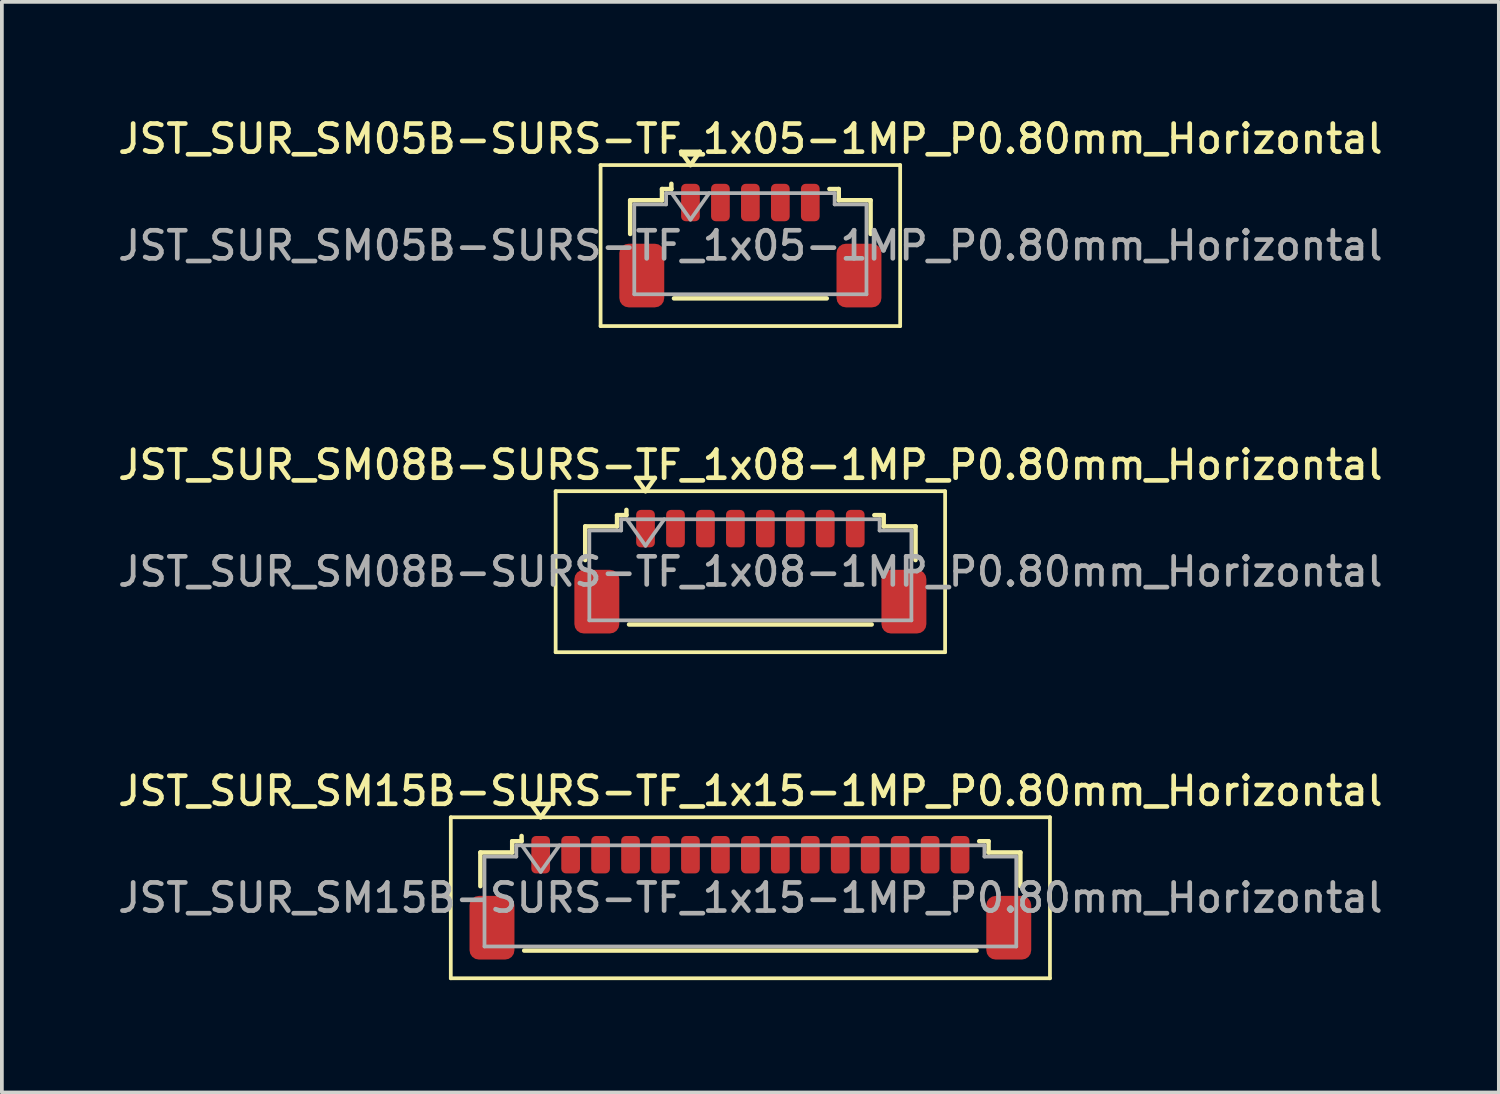
<source format=kicad_pcb>
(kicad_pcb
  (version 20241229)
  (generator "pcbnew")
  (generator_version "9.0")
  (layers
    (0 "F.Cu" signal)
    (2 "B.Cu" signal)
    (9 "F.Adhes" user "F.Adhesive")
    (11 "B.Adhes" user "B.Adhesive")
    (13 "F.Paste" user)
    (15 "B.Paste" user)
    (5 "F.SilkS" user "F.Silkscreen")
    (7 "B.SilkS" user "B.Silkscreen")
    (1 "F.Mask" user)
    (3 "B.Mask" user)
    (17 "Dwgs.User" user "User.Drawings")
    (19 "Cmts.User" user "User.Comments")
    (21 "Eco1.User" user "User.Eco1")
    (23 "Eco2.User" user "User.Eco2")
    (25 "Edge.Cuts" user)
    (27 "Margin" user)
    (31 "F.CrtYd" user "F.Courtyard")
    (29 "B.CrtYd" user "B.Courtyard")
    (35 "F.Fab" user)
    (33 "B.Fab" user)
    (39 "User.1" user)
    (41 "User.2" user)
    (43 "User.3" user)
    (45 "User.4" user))
  (footprint "JST_SUR_SM15B-SURS-TF_1x15-1MP_P0.80mm_Horizontal"
    (layer "F.Cu")
    (at 16.988 20.924)
    (property "Reference" "JST_SUR_SM15B-SURS-TF_1x15-1MP_P0.80mm_Horizontal" (at 0 -2.85 0) (layer "F.SilkS") (effects (font (size 0.75 0.75) (thickness 0.125))))
    (attr smd)
    (fp_line (start -8 -2.15) (end -8 2.15) (stroke (width 0.1) (type solid)) (layer "F.SilkS"))
    (fp_line (start -8 2.15) (end 8 2.15) (stroke (width 0.1) (type solid)) (layer "F.SilkS"))
    (fp_line (start -7.21 -1.21) (end -6.36 -1.21) (stroke (width 0.12) (type solid)) (layer "F.SilkS"))
    (fp_line (start -7.21 -0.31) (end -7.21 -1.21) (stroke (width 0.12) (type solid)) (layer "F.SilkS"))
    (fp_line (start -6.36 -1.51) (end -6.11 -1.51) (stroke (width 0.12) (type solid)) (layer "F.SilkS"))
    (fp_line (start -6.36 -1.21) (end -6.36 -1.51) (stroke (width 0.12) (type solid)) (layer "F.SilkS"))
    (fp_line (start -6.11 -1.51) (end -6.11 -1.65) (stroke (width 0.12) (type solid)) (layer "F.SilkS"))
    (fp_line (start -6.04 1.41) (end 6.04 1.41) (stroke (width 0.12) (type solid)) (layer "F.SilkS"))
    (fp_line (start -5.85 -2.504) (end -5.6 -2.15) (stroke (width 0.12) (type solid)) (layer "F.SilkS"))
    (fp_line (start -5.6 -2.15) (end -5.35 -2.504) (stroke (width 0.12) (type solid)) (layer "F.SilkS"))
    (fp_line (start -5.35 -2.504) (end -5.85 -2.504) (stroke (width 0.12) (type solid)) (layer "F.SilkS"))
    (fp_line (start 6.36 -1.51) (end 6.11 -1.51) (stroke (width 0.12) (type solid)) (layer "F.SilkS"))
    (fp_line (start 6.36 -1.21) (end 6.36 -1.51) (stroke (width 0.12) (type solid)) (layer "F.SilkS"))
    (fp_line (start 7.21 -1.21) (end 6.36 -1.21) (stroke (width 0.12) (type solid)) (layer "F.SilkS"))
    (fp_line (start 7.21 -0.31) (end 7.21 -1.21) (stroke (width 0.12) (type solid)) (layer "F.SilkS"))
    (fp_line (start 8 -2.15) (end -8 -2.15) (stroke (width 0.1) (type solid)) (layer "F.SilkS"))
    (fp_line (start 8 2.15) (end 8 -2.15) (stroke (width 0.1) (type solid)) (layer "F.SilkS"))
    (fp_line (start -7.1 -1.1) (end -7.1 1.3) (stroke (width 0.1) (type solid)) (layer "F.Fab"))
    (fp_line (start -7.1 -1.1) (end -6.25 -1.1) (stroke (width 0.1) (type solid)) (layer "F.Fab"))
    (fp_line (start -7.1 1.3) (end 7.1 1.3) (stroke (width 0.1) (type solid)) (layer "F.Fab"))
    (fp_line (start -6.25 -1.4) (end 6.25 -1.4) (stroke (width 0.1) (type solid)) (layer "F.Fab"))
    (fp_line (start -6.25 -1.1) (end -6.25 -1.4) (stroke (width 0.1) (type solid)) (layer "F.Fab"))
    (fp_line (start -6.1 -1.4) (end -5.6 -0.693) (stroke (width 0.1) (type solid)) (layer "F.Fab"))
    (fp_line (start -5.6 -0.693) (end -5.1 -1.4) (stroke (width 0.1) (type solid)) (layer "F.Fab"))
    (fp_line (start 6.25 -1.4) (end 6.25 -1.1) (stroke (width 0.1) (type solid)) (layer "F.Fab"))
    (fp_line (start 6.25 -1.1) (end 7.1 -1.1) (stroke (width 0.1) (type solid)) (layer "F.Fab"))
    (fp_line (start 7.1 -1.1) (end 7.1 1.3) (stroke (width 0.1) (type solid)) (layer "F.Fab"))
    (fp_text user "${REFERENCE}" (at 0 0 0) (layer "F.Fab") (effects (font (size 0.75 0.75) (thickness 0.125))))
    (pad "1" smd roundrect (at -5.6 -1.15) (size 0.5 1) (layers "F.Cu" "F.Mask" "F.Paste") (roundrect_rratio 0.25))
    (pad "2" smd roundrect (at -4.8 -1.15) (size 0.5 1) (layers "F.Cu" "F.Mask" "F.Paste") (roundrect_rratio 0.25))
    (pad "3" smd roundrect (at -4 -1.15) (size 0.5 1) (layers "F.Cu" "F.Mask" "F.Paste") (roundrect_rratio 0.25))
    (pad "4" smd roundrect (at -3.2 -1.15) (size 0.5 1) (layers "F.Cu" "F.Mask" "F.Paste") (roundrect_rratio 0.25))
    (pad "5" smd roundrect (at -2.4 -1.15) (size 0.5 1) (layers "F.Cu" "F.Mask" "F.Paste") (roundrect_rratio 0.25))
    (pad "6" smd roundrect (at -1.6 -1.15) (size 0.5 1) (layers "F.Cu" "F.Mask" "F.Paste") (roundrect_rratio 0.25))
    (pad "7" smd roundrect (at -0.8 -1.15) (size 0.5 1) (layers "F.Cu" "F.Mask" "F.Paste") (roundrect_rratio 0.25))
    (pad "8" smd roundrect (at 0 -1.15) (size 0.5 1) (layers "F.Cu" "F.Mask" "F.Paste") (roundrect_rratio 0.25))
    (pad "9" smd roundrect (at 0.8 -1.15) (size 0.5 1) (layers "F.Cu" "F.Mask" "F.Paste") (roundrect_rratio 0.25))
    (pad "10" smd roundrect (at 1.6 -1.15) (size 0.5 1) (layers "F.Cu" "F.Mask" "F.Paste") (roundrect_rratio 0.25))
    (pad "11" smd roundrect (at 2.4 -1.15) (size 0.5 1) (layers "F.Cu" "F.Mask" "F.Paste") (roundrect_rratio 0.25))
    (pad "12" smd roundrect (at 3.2 -1.15) (size 0.5 1) (layers "F.Cu" "F.Mask" "F.Paste") (roundrect_rratio 0.25))
    (pad "13" smd roundrect (at 4 -1.15) (size 0.5 1) (layers "F.Cu" "F.Mask" "F.Paste") (roundrect_rratio 0.25))
    (pad "14" smd roundrect (at 4.8 -1.15) (size 0.5 1) (layers "F.Cu" "F.Mask" "F.Paste") (roundrect_rratio 0.25))
    (pad "15" smd roundrect (at 5.6 -1.15) (size 0.5 1) (layers "F.Cu" "F.Mask" "F.Paste") (roundrect_rratio 0.25))
    (pad "MP" smd roundrect (at -6.9 0.8) (size 1.2 1.7) (layers "F.Cu" "F.Mask" "F.Paste") (roundrect_rratio 0.208))
    (pad "MP" smd roundrect (at 6.9 0.8) (size 1.2 1.7) (layers "F.Cu" "F.Mask" "F.Paste") (roundrect_rratio 0.208)))
  (footprint "JST_SUR_SM05B-SURS-TF_1x05-1MP_P0.80mm_Horizontal"
    (layer "F.Cu")
    (at 16.988 3.508)
    (property "Reference" "JST_SUR_SM05B-SURS-TF_1x05-1MP_P0.80mm_Horizontal" (at 0 -2.85 0) (layer "F.SilkS") (effects (font (size 0.75 0.75) (thickness 0.125))))
    (attr smd)
    (fp_line (start -4 -2.15) (end -4 2.15) (stroke (width 0.1) (type solid)) (layer "F.SilkS"))
    (fp_line (start -4 2.15) (end 4 2.15) (stroke (width 0.1) (type solid)) (layer "F.SilkS"))
    (fp_line (start -3.21 -1.21) (end -2.36 -1.21) (stroke (width 0.12) (type solid)) (layer "F.SilkS"))
    (fp_line (start -3.21 -0.31) (end -3.21 -1.21) (stroke (width 0.12) (type solid)) (layer "F.SilkS"))
    (fp_line (start -2.36 -1.51) (end -2.11 -1.51) (stroke (width 0.12) (type solid)) (layer "F.SilkS"))
    (fp_line (start -2.36 -1.21) (end -2.36 -1.51) (stroke (width 0.12) (type solid)) (layer "F.SilkS"))
    (fp_line (start -2.11 -1.51) (end -2.11 -1.65) (stroke (width 0.12) (type solid)) (layer "F.SilkS"))
    (fp_line (start -2.04 1.41) (end 2.04 1.41) (stroke (width 0.12) (type solid)) (layer "F.SilkS"))
    (fp_line (start -1.85 -2.504) (end -1.6 -2.15) (stroke (width 0.12) (type solid)) (layer "F.SilkS"))
    (fp_line (start -1.6 -2.15) (end -1.35 -2.504) (stroke (width 0.12) (type solid)) (layer "F.SilkS"))
    (fp_line (start -1.35 -2.504) (end -1.85 -2.504) (stroke (width 0.12) (type solid)) (layer "F.SilkS"))
    (fp_line (start 2.36 -1.51) (end 2.11 -1.51) (stroke (width 0.12) (type solid)) (layer "F.SilkS"))
    (fp_line (start 2.36 -1.21) (end 2.36 -1.51) (stroke (width 0.12) (type solid)) (layer "F.SilkS"))
    (fp_line (start 3.21 -1.21) (end 2.36 -1.21) (stroke (width 0.12) (type solid)) (layer "F.SilkS"))
    (fp_line (start 3.21 -0.31) (end 3.21 -1.21) (stroke (width 0.12) (type solid)) (layer "F.SilkS"))
    (fp_line (start 4 -2.15) (end -4 -2.15) (stroke (width 0.1) (type solid)) (layer "F.SilkS"))
    (fp_line (start 4 2.15) (end 4 -2.15) (stroke (width 0.1) (type solid)) (layer "F.SilkS"))
    (fp_line (start -3.1 -1.1) (end -3.1 1.3) (stroke (width 0.1) (type solid)) (layer "F.Fab"))
    (fp_line (start -3.1 -1.1) (end -2.25 -1.1) (stroke (width 0.1) (type solid)) (layer "F.Fab"))
    (fp_line (start -3.1 1.3) (end 3.1 1.3) (stroke (width 0.1) (type solid)) (layer "F.Fab"))
    (fp_line (start -2.25 -1.4) (end 2.25 -1.4) (stroke (width 0.1) (type solid)) (layer "F.Fab"))
    (fp_line (start -2.25 -1.1) (end -2.25 -1.4) (stroke (width 0.1) (type solid)) (layer "F.Fab"))
    (fp_line (start -2.1 -1.4) (end -1.6 -0.693) (stroke (width 0.1) (type solid)) (layer "F.Fab"))
    (fp_line (start -1.6 -0.693) (end -1.1 -1.4) (stroke (width 0.1) (type solid)) (layer "F.Fab"))
    (fp_line (start 2.25 -1.4) (end 2.25 -1.1) (stroke (width 0.1) (type solid)) (layer "F.Fab"))
    (fp_line (start 2.25 -1.1) (end 3.1 -1.1) (stroke (width 0.1) (type solid)) (layer "F.Fab"))
    (fp_line (start 3.1 -1.1) (end 3.1 1.3) (stroke (width 0.1) (type solid)) (layer "F.Fab"))
    (fp_text user "${REFERENCE}" (at 0 0 0) (layer "F.Fab") (effects (font (size 0.75 0.75) (thickness 0.125))))
    (pad "1" smd roundrect (at -1.6 -1.15) (size 0.5 1) (layers "F.Cu" "F.Mask" "F.Paste") (roundrect_rratio 0.25))
    (pad "2" smd roundrect (at -0.8 -1.15) (size 0.5 1) (layers "F.Cu" "F.Mask" "F.Paste") (roundrect_rratio 0.25))
    (pad "3" smd roundrect (at 0 -1.15) (size 0.5 1) (layers "F.Cu" "F.Mask" "F.Paste") (roundrect_rratio 0.25))
    (pad "4" smd roundrect (at 0.8 -1.15) (size 0.5 1) (layers "F.Cu" "F.Mask" "F.Paste") (roundrect_rratio 0.25))
    (pad "5" smd roundrect (at 1.6 -1.15) (size 0.5 1) (layers "F.Cu" "F.Mask" "F.Paste") (roundrect_rratio 0.25))
    (pad "MP" smd roundrect (at -2.9 0.8) (size 1.2 1.7) (layers "F.Cu" "F.Mask" "F.Paste") (roundrect_rratio 0.208))
    (pad "MP" smd roundrect (at 2.9 0.8) (size 1.2 1.7) (layers "F.Cu" "F.Mask" "F.Paste") (roundrect_rratio 0.208)))
  (footprint "JST_SUR_SM08B-SURS-TF_1x08-1MP_P0.80mm_Horizontal"
    (layer "F.Cu")
    (at 16.988 12.216)
    (property "Reference" "JST_SUR_SM08B-SURS-TF_1x08-1MP_P0.80mm_Horizontal" (at 0 -2.85 0) (layer "F.SilkS") (effects (font (size 0.75 0.75) (thickness 0.125))))
    (attr smd)
    (fp_line (start -5.2 -2.15) (end -5.2 2.15) (stroke (width 0.1) (type solid)) (layer "F.SilkS"))
    (fp_line (start -5.2 2.15) (end 5.2 2.15) (stroke (width 0.1) (type solid)) (layer "F.SilkS"))
    (fp_line (start -4.41 -1.21) (end -3.56 -1.21) (stroke (width 0.12) (type solid)) (layer "F.SilkS"))
    (fp_line (start -4.41 -0.31) (end -4.41 -1.21) (stroke (width 0.12) (type solid)) (layer "F.SilkS"))
    (fp_line (start -3.56 -1.51) (end -3.31 -1.51) (stroke (width 0.12) (type solid)) (layer "F.SilkS"))
    (fp_line (start -3.56 -1.21) (end -3.56 -1.51) (stroke (width 0.12) (type solid)) (layer "F.SilkS"))
    (fp_line (start -3.31 -1.51) (end -3.31 -1.65) (stroke (width 0.12) (type solid)) (layer "F.SilkS"))
    (fp_line (start -3.24 1.41) (end 3.24 1.41) (stroke (width 0.12) (type solid)) (layer "F.SilkS"))
    (fp_line (start -3.05 -2.504) (end -2.8 -2.15) (stroke (width 0.12) (type solid)) (layer "F.SilkS"))
    (fp_line (start -2.8 -2.15) (end -2.55 -2.504) (stroke (width 0.12) (type solid)) (layer "F.SilkS"))
    (fp_line (start -2.55 -2.504) (end -3.05 -2.504) (stroke (width 0.12) (type solid)) (layer "F.SilkS"))
    (fp_line (start 3.56 -1.51) (end 3.31 -1.51) (stroke (width 0.12) (type solid)) (layer "F.SilkS"))
    (fp_line (start 3.56 -1.21) (end 3.56 -1.51) (stroke (width 0.12) (type solid)) (layer "F.SilkS"))
    (fp_line (start 4.41 -1.21) (end 3.56 -1.21) (stroke (width 0.12) (type solid)) (layer "F.SilkS"))
    (fp_line (start 4.41 -0.31) (end 4.41 -1.21) (stroke (width 0.12) (type solid)) (layer "F.SilkS"))
    (fp_line (start 5.2 -2.15) (end -5.2 -2.15) (stroke (width 0.1) (type solid)) (layer "F.SilkS"))
    (fp_line (start 5.2 2.15) (end 5.2 -2.15) (stroke (width 0.1) (type solid)) (layer "F.SilkS"))
    (fp_line (start -4.3 -1.1) (end -4.3 1.3) (stroke (width 0.1) (type solid)) (layer "F.Fab"))
    (fp_line (start -4.3 -1.1) (end -3.45 -1.1) (stroke (width 0.1) (type solid)) (layer "F.Fab"))
    (fp_line (start -4.3 1.3) (end 4.3 1.3) (stroke (width 0.1) (type solid)) (layer "F.Fab"))
    (fp_line (start -3.45 -1.4) (end 3.45 -1.4) (stroke (width 0.1) (type solid)) (layer "F.Fab"))
    (fp_line (start -3.45 -1.1) (end -3.45 -1.4) (stroke (width 0.1) (type solid)) (layer "F.Fab"))
    (fp_line (start -3.3 -1.4) (end -2.8 -0.693) (stroke (width 0.1) (type solid)) (layer "F.Fab"))
    (fp_line (start -2.8 -0.693) (end -2.3 -1.4) (stroke (width 0.1) (type solid)) (layer "F.Fab"))
    (fp_line (start 3.45 -1.4) (end 3.45 -1.1) (stroke (width 0.1) (type solid)) (layer "F.Fab"))
    (fp_line (start 3.45 -1.1) (end 4.3 -1.1) (stroke (width 0.1) (type solid)) (layer "F.Fab"))
    (fp_line (start 4.3 -1.1) (end 4.3 1.3) (stroke (width 0.1) (type solid)) (layer "F.Fab"))
    (fp_text user "${REFERENCE}" (at 0 0 0) (layer "F.Fab") (effects (font (size 0.75 0.75) (thickness 0.125))))
    (pad "1" smd roundrect (at -2.8 -1.15) (size 0.5 1) (layers "F.Cu" "F.Mask" "F.Paste") (roundrect_rratio 0.25))
    (pad "2" smd roundrect (at -2 -1.15) (size 0.5 1) (layers "F.Cu" "F.Mask" "F.Paste") (roundrect_rratio 0.25))
    (pad "3" smd roundrect (at -1.2 -1.15) (size 0.5 1) (layers "F.Cu" "F.Mask" "F.Paste") (roundrect_rratio 0.25))
    (pad "4" smd roundrect (at -0.4 -1.15) (size 0.5 1) (layers "F.Cu" "F.Mask" "F.Paste") (roundrect_rratio 0.25))
    (pad "5" smd roundrect (at 0.4 -1.15) (size 0.5 1) (layers "F.Cu" "F.Mask" "F.Paste") (roundrect_rratio 0.25))
    (pad "6" smd roundrect (at 1.2 -1.15) (size 0.5 1) (layers "F.Cu" "F.Mask" "F.Paste") (roundrect_rratio 0.25))
    (pad "7" smd roundrect (at 2 -1.15) (size 0.5 1) (layers "F.Cu" "F.Mask" "F.Paste") (roundrect_rratio 0.25))
    (pad "8" smd roundrect (at 2.8 -1.15) (size 0.5 1) (layers "F.Cu" "F.Mask" "F.Paste") (roundrect_rratio 0.25))
    (pad "MP" smd roundrect (at -4.1 0.8) (size 1.2 1.7) (layers "F.Cu" "F.Mask" "F.Paste") (roundrect_rratio 0.208))
    (pad "MP" smd roundrect (at 4.1 0.8) (size 1.2 1.7) (layers "F.Cu" "F.Mask" "F.Paste") (roundrect_rratio 0.208)))
  (gr_rect
    (start -3 -3)
    (end 36.975 26.124)
    (stroke (width 0.1) (type default))
    (fill no)
    (layer "Edge.Cuts")))
</source>
